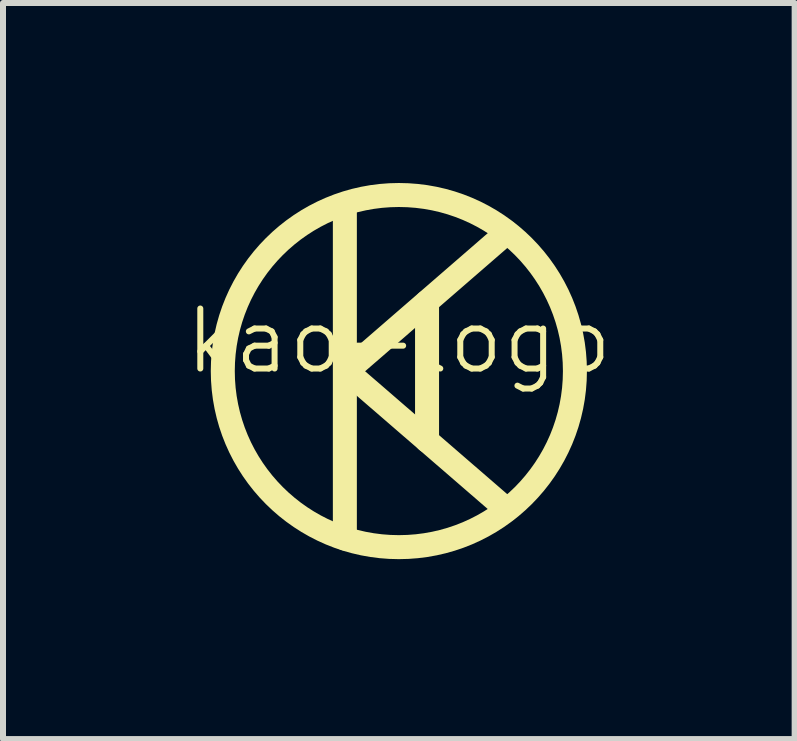
<source format=kicad_pcb>
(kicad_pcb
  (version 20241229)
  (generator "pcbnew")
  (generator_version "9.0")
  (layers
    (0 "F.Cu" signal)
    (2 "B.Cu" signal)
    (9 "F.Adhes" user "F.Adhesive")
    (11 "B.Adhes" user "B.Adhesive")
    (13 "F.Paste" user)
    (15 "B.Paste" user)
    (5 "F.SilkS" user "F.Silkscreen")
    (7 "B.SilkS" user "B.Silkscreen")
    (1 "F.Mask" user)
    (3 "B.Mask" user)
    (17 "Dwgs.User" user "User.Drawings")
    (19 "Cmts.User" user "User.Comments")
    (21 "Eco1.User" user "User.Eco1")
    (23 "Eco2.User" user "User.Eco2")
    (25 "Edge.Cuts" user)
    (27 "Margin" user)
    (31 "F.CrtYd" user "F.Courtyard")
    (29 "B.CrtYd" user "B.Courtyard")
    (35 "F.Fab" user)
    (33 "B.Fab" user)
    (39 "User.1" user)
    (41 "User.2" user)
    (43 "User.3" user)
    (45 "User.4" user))
  (footprint "kao-logo"
    (layer "F.Cu")
    (at 3.598 3.135)
    (property "Reference" "kao-logo" (at 0 -0.5 0) (unlocked yes) (layer "F.SilkS") (effects (font (size 1 1) (thickness 0.1))))
    (attr smd)
    (fp_line (start -0.9 -2.78) (end -0.9 2.79) (stroke (width 0.4) (type solid)) (layer "F.SilkS"))
    (fp_line (start -0.86 0.01) (end 1.8 2.31) (stroke (width 0.4) (type solid)) (layer "F.SilkS"))
    (fp_line (start 0.47 -1.153) (end 0.47 1.16) (stroke (width 0.4) (type solid)) (layer "F.SilkS"))
    (fp_line (start 1.8 -2.31) (end -0.87 0.005) (stroke (width 0.4) (type solid)) (layer "F.SilkS"))
    (fp_circle (center 0 0) (end 1.47 2.54) (stroke (width 0.4) (type solid)) (fill no) (layer "F.SilkS")))
  (gr_rect
    (start -3 -3)
    (end 10.195 9.269)
    (stroke (width 0.1) (type default))
    (fill no)
    (layer "Edge.Cuts")))
</source>
